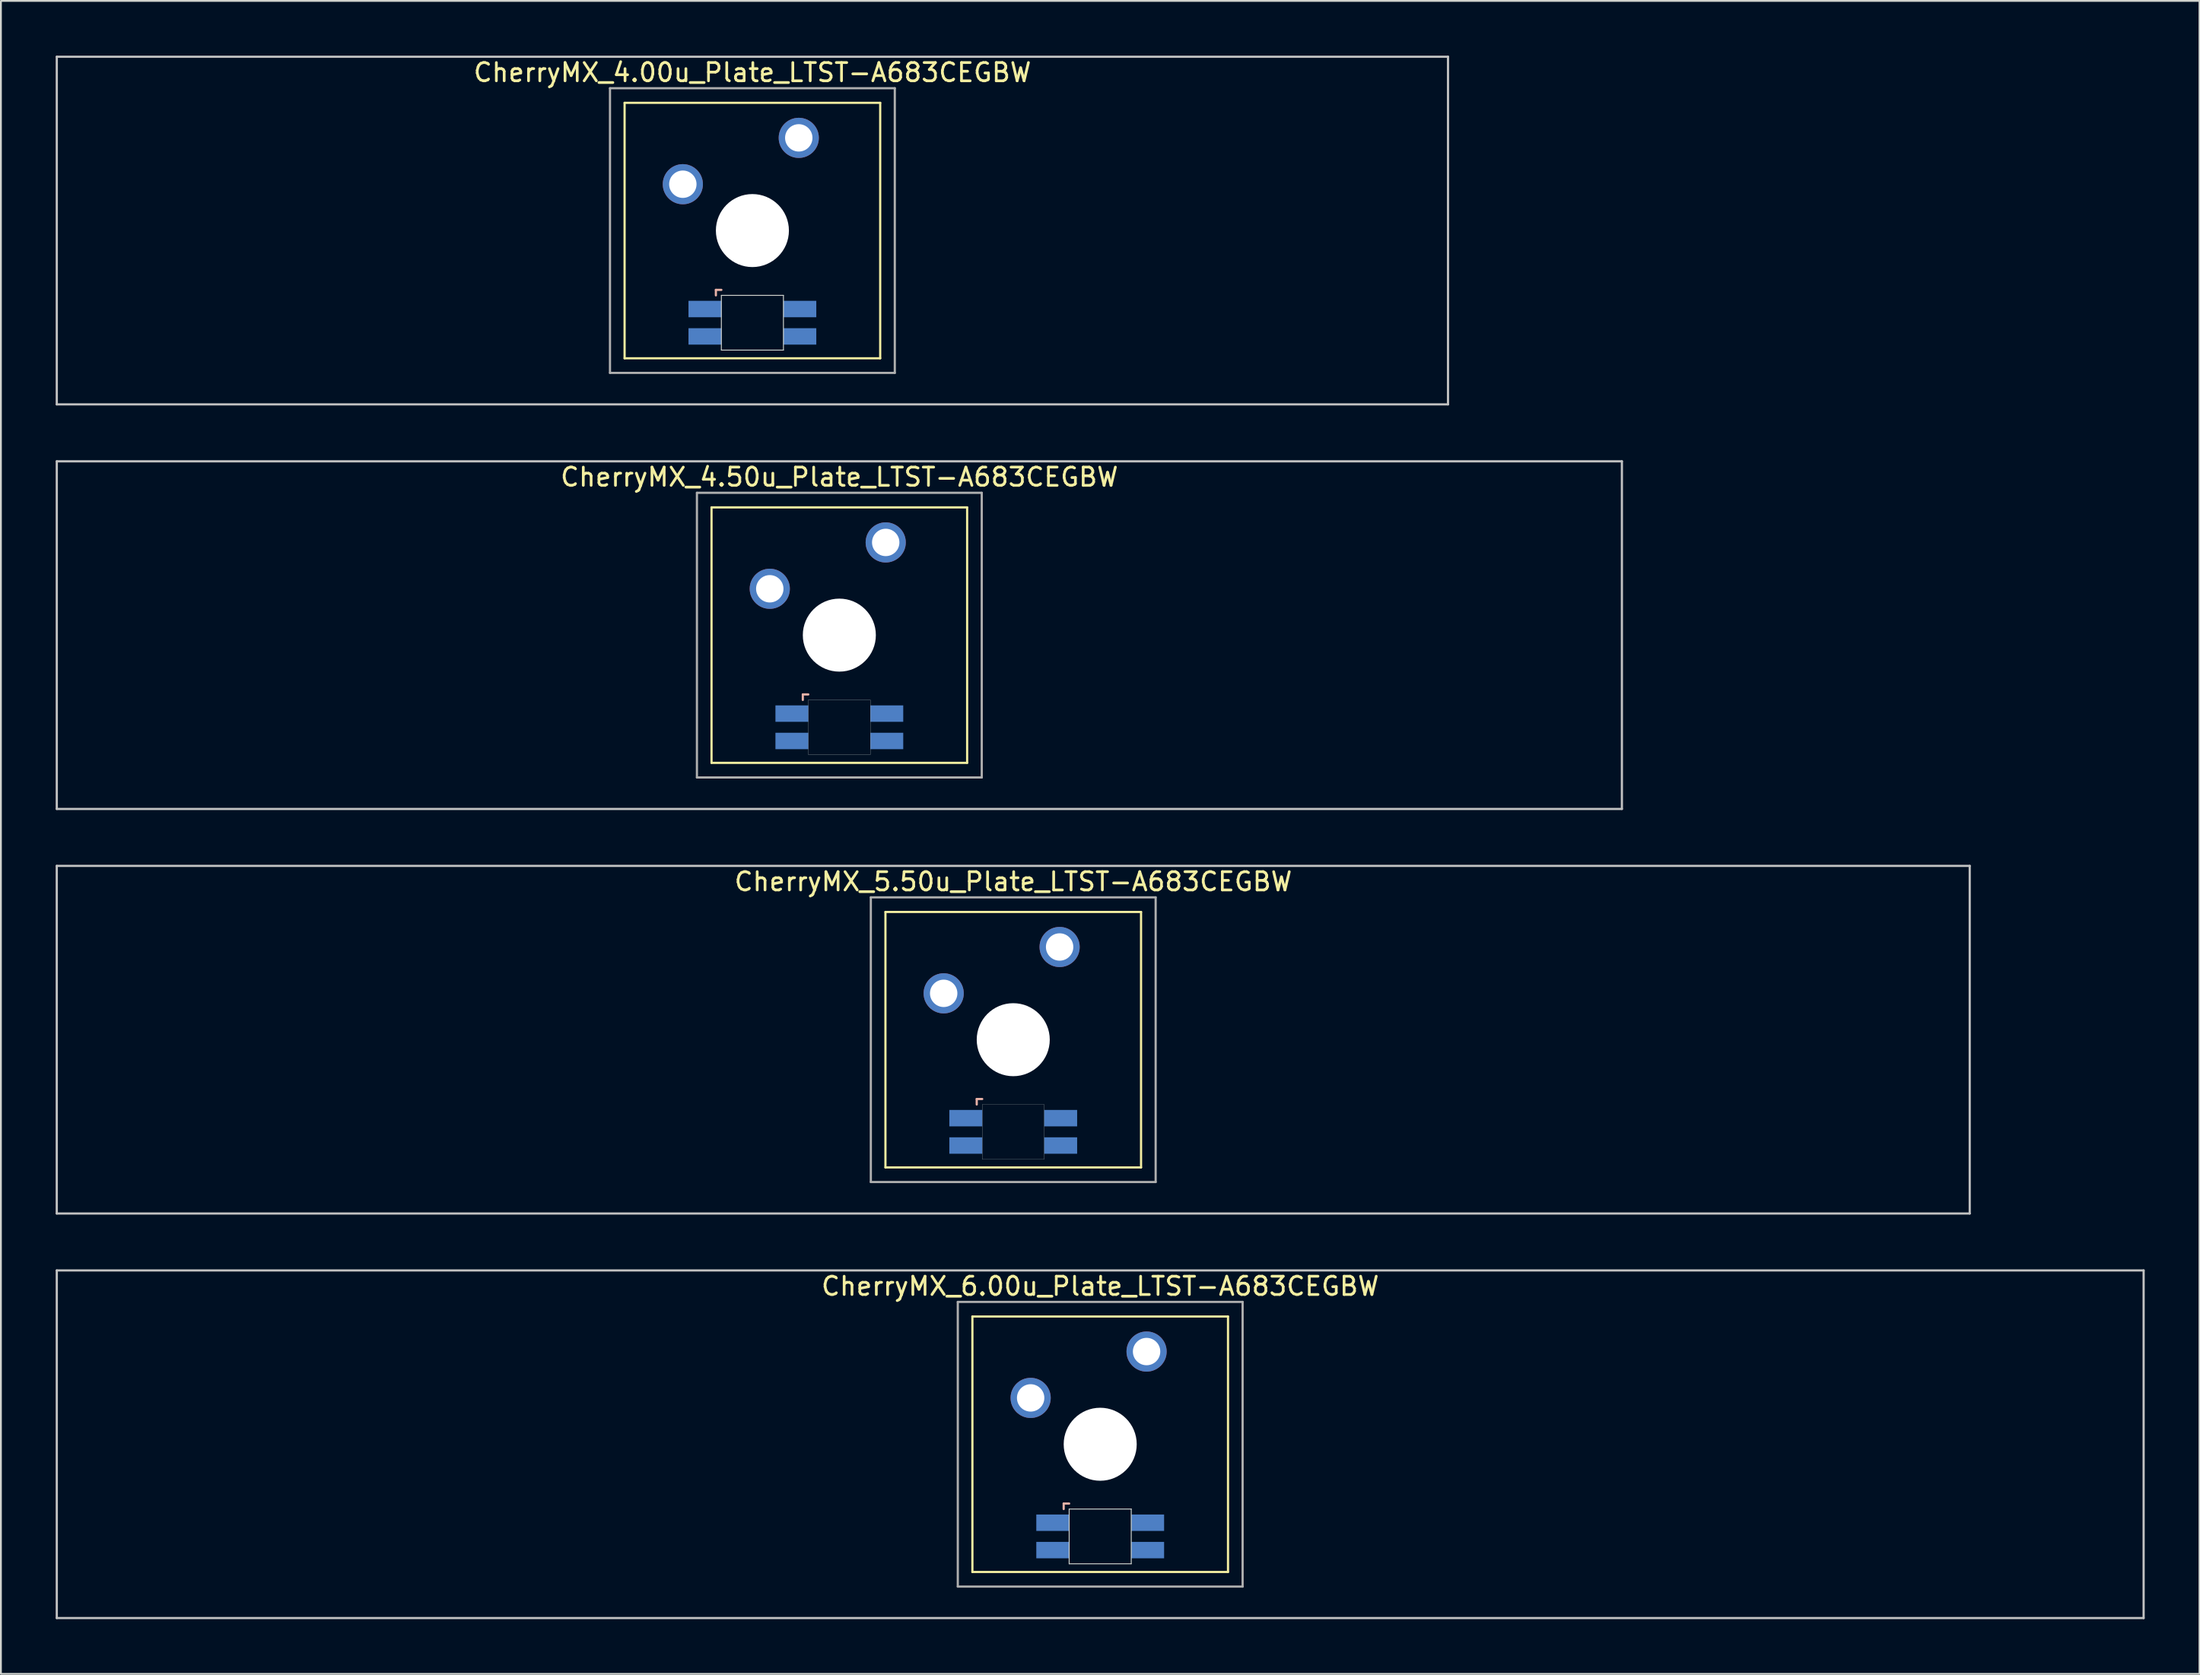
<source format=kicad_pcb>
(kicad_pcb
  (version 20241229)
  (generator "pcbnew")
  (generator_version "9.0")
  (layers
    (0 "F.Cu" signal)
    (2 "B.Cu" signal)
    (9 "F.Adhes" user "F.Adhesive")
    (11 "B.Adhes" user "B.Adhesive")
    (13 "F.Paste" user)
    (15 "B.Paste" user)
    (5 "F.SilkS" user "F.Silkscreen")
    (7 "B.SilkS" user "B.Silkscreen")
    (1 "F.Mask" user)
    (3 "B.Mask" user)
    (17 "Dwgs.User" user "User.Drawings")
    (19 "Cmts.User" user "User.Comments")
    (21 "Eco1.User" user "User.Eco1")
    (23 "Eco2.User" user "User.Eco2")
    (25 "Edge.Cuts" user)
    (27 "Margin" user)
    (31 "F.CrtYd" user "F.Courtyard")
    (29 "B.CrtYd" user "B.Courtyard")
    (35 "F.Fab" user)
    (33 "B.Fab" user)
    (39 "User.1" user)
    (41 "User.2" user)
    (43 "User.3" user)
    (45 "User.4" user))
  (footprint "CherryMX_4.50u_Plate_LTST-A683CEGBW"
    (layer "F.Cu")
    (at 42.922 31.755)
    (property "Reference" "CherryMX_4.50u_Plate_LTST-A683CEGBW" (at 0 -8.662 0) (layer "F.SilkS") (effects (font (size 1 1) (thickness 0.15))))
    (attr through_hole)
    (fp_line (start -7 -7) (end -7 7) (stroke (width 0.12) (type solid)) (layer "F.SilkS"))
    (fp_line (start -7 -7) (end 7 -7) (stroke (width 0.12) (type solid)) (layer "F.SilkS"))
    (fp_line (start 7 -7) (end 7 7) (stroke (width 0.12) (type solid)) (layer "F.SilkS"))
    (fp_line (start 7 7) (end -7 7) (stroke (width 0.12) (type solid)) (layer "F.SilkS"))
    (fp_line (start -2 3.25) (end -2 3.55) (stroke (width 0.12) (type solid)) (layer "B.SilkS"))
    (fp_line (start -1.7 3.25) (end -2 3.25) (stroke (width 0.12) (type solid)) (layer "B.SilkS"))
    (fp_line (start -42.862 -9.525) (end 42.862 -9.525) (stroke (width 0.12) (type solid)) (layer "Dwgs.User"))
    (fp_line (start -42.862 9.525) (end -42.862 -9.525) (stroke (width 0.12) (type solid)) (layer "Dwgs.User"))
    (fp_line (start 42.862 -9.525) (end 42.862 9.525) (stroke (width 0.12) (type solid)) (layer "Dwgs.User"))
    (fp_line (start 42.862 9.525) (end -42.862 9.525) (stroke (width 0.12) (type solid)) (layer "Dwgs.User"))
    (fp_poly (pts (xy 1.7 6.55) (xy -1.7 6.55) (xy -1.7 3.55) (xy 1.7 3.55)) (stroke (width 0.01) (type solid)) (fill no) (layer "Edge.Cuts"))
    (fp_line (start -7.8 -7.8) (end -7.8 7.8) (stroke (width 0.12) (type solid)) (layer "F.Fab"))
    (fp_line (start -7.8 -7.8) (end 7.8 -7.8) (stroke (width 0.12) (type solid)) (layer "F.Fab"))
    (fp_line (start -7.8 7.8) (end 7.8 7.8) (stroke (width 0.12) (type solid)) (layer "F.Fab"))
    (fp_line (start 7.8 -7.8) (end 7.8 7.8) (stroke (width 0.12) (type solid)) (layer "F.Fab"))
    (pad "" np_thru_hole circle (at 0 0) (size 4 4) (drill 4) (layers "*.Cu" "*.Mask"))
    (pad "1" thru_hole circle (at -3.81 -2.54) (size 2.2 2.2) (drill 1.5) (layers "*.Cu" "*.Mask"))
    (pad "2" thru_hole circle (at 2.54 -5.08) (size 2.2 2.2) (drill 1.5) (layers "*.Cu" "*.Mask"))
    (pad "3" smd rect (at -2.6 4.3) (size 1.8 0.9) (layers "B.Cu" "B.Mask" "B.Paste"))
    (pad "4" smd rect (at -2.6 5.8) (size 1.8 0.9) (layers "B.Cu" "B.Mask" "B.Paste"))
    (pad "5" smd rect (at 2.6 4.3) (size 1.8 0.9) (layers "B.Cu" "B.Mask" "B.Paste"))
    (pad "6" smd rect (at 2.6 5.8) (size 1.8 0.9) (layers "B.Cu" "B.Mask" "B.Paste")))
  (footprint "CherryMX_4.00u_Plate_LTST-A683CEGBW"
    (layer "F.Cu")
    (at 38.16 9.585)
    (property "Reference" "CherryMX_4.00u_Plate_LTST-A683CEGBW" (at 0 -8.662 0) (layer "F.SilkS") (effects (font (size 1 1) (thickness 0.15))))
    (attr through_hole)
    (fp_line (start -7 -7) (end -7 7) (stroke (width 0.12) (type solid)) (layer "F.SilkS"))
    (fp_line (start -7 -7) (end 7 -7) (stroke (width 0.12) (type solid)) (layer "F.SilkS"))
    (fp_line (start 7 -7) (end 7 7) (stroke (width 0.12) (type solid)) (layer "F.SilkS"))
    (fp_line (start 7 7) (end -7 7) (stroke (width 0.12) (type solid)) (layer "F.SilkS"))
    (fp_line (start -2 3.25) (end -2 3.55) (stroke (width 0.12) (type solid)) (layer "B.SilkS"))
    (fp_line (start -1.7 3.25) (end -2 3.25) (stroke (width 0.12) (type solid)) (layer "B.SilkS"))
    (fp_line (start -38.1 -9.525) (end 38.1 -9.525) (stroke (width 0.12) (type solid)) (layer "Dwgs.User"))
    (fp_line (start -38.1 9.525) (end -38.1 -9.525) (stroke (width 0.12) (type solid)) (layer "Dwgs.User"))
    (fp_line (start 38.1 -9.525) (end 38.1 9.525) (stroke (width 0.12) (type solid)) (layer "Dwgs.User"))
    (fp_line (start 38.1 9.525) (end -38.1 9.525) (stroke (width 0.12) (type solid)) (layer "Dwgs.User"))
    (fp_line (start -1.7 3.55) (end 1.7 3.55) (stroke (width 0.05) (type solid)) (layer "Edge.Cuts"))
    (fp_line (start -1.7 6.55) (end -1.7 3.55) (stroke (width 0.05) (type solid)) (layer "Edge.Cuts"))
    (fp_line (start 1.7 3.55) (end 1.7 6.55) (stroke (width 0.05) (type solid)) (layer "Edge.Cuts"))
    (fp_line (start 1.7 6.55) (end -1.7 6.55) (stroke (width 0.05) (type solid)) (layer "Edge.Cuts"))
    (fp_line (start -7.8 -7.8) (end -7.8 7.8) (stroke (width 0.12) (type solid)) (layer "F.Fab"))
    (fp_line (start -7.8 -7.8) (end 7.8 -7.8) (stroke (width 0.12) (type solid)) (layer "F.Fab"))
    (fp_line (start -7.8 7.8) (end 7.8 7.8) (stroke (width 0.12) (type solid)) (layer "F.Fab"))
    (fp_line (start 7.8 -7.8) (end 7.8 7.8) (stroke (width 0.12) (type solid)) (layer "F.Fab"))
    (pad "" np_thru_hole circle (at 0 0) (size 4 4) (drill 4) (layers "*.Cu" "*.Mask"))
    (pad "1" thru_hole circle (at -3.81 -2.54) (size 2.2 2.2) (drill 1.5) (layers "*.Cu" "*.Mask"))
    (pad "2" thru_hole circle (at 2.54 -5.08) (size 2.2 2.2) (drill 1.5) (layers "*.Cu" "*.Mask"))
    (pad "3" smd rect (at -2.6 4.3) (size 1.8 0.9) (layers "B.Cu" "B.Mask" "B.Paste"))
    (pad "4" smd rect (at -2.6 5.8) (size 1.8 0.9) (layers "B.Cu" "B.Mask" "B.Paste"))
    (pad "5" smd rect (at 2.6 4.3) (size 1.8 0.9) (layers "B.Cu" "B.Mask" "B.Paste"))
    (pad "6" smd rect (at 2.6 5.8) (size 1.8 0.9) (layers "B.Cu" "B.Mask" "B.Paste")))
  (footprint "CherryMX_6.00u_Plate_LTST-A683CEGBW"
    (layer "F.Cu")
    (at 57.21 76.095)
    (property "Reference" "CherryMX_6.00u_Plate_LTST-A683CEGBW" (at 0 -8.662 0) (layer "F.SilkS") (effects (font (size 1 1) (thickness 0.15))))
    (attr through_hole)
    (fp_line (start -7 -7) (end -7 7) (stroke (width 0.12) (type solid)) (layer "F.SilkS"))
    (fp_line (start -7 -7) (end 7 -7) (stroke (width 0.12) (type solid)) (layer "F.SilkS"))
    (fp_line (start 7 -7) (end 7 7) (stroke (width 0.12) (type solid)) (layer "F.SilkS"))
    (fp_line (start 7 7) (end -7 7) (stroke (width 0.12) (type solid)) (layer "F.SilkS"))
    (fp_line (start -2 3.25) (end -2 3.55) (stroke (width 0.12) (type solid)) (layer "B.SilkS"))
    (fp_line (start -1.7 3.25) (end -2 3.25) (stroke (width 0.12) (type solid)) (layer "B.SilkS"))
    (fp_line (start -57.15 -9.525) (end 57.15 -9.525) (stroke (width 0.12) (type solid)) (layer "Dwgs.User"))
    (fp_line (start -57.15 9.525) (end -57.15 -9.525) (stroke (width 0.12) (type solid)) (layer "Dwgs.User"))
    (fp_line (start 57.15 -9.525) (end 57.15 9.525) (stroke (width 0.12) (type solid)) (layer "Dwgs.User"))
    (fp_line (start 57.15 9.525) (end -57.15 9.525) (stroke (width 0.12) (type solid)) (layer "Dwgs.User"))
    (fp_line (start -1.7 3.55) (end 1.7 3.55) (stroke (width 0.05) (type solid)) (layer "Edge.Cuts"))
    (fp_line (start -1.7 6.55) (end -1.7 3.55) (stroke (width 0.05) (type solid)) (layer "Edge.Cuts"))
    (fp_line (start 1.7 3.55) (end 1.7 6.55) (stroke (width 0.05) (type solid)) (layer "Edge.Cuts"))
    (fp_line (start 1.7 6.55) (end -1.7 6.55) (stroke (width 0.05) (type solid)) (layer "Edge.Cuts"))
    (fp_line (start -7.8 -7.8) (end -7.8 7.8) (stroke (width 0.12) (type solid)) (layer "F.Fab"))
    (fp_line (start -7.8 -7.8) (end 7.8 -7.8) (stroke (width 0.12) (type solid)) (layer "F.Fab"))
    (fp_line (start -7.8 7.8) (end 7.8 7.8) (stroke (width 0.12) (type solid)) (layer "F.Fab"))
    (fp_line (start 7.8 -7.8) (end 7.8 7.8) (stroke (width 0.12) (type solid)) (layer "F.Fab"))
    (pad "" np_thru_hole circle (at 0 0) (size 4 4) (drill 4) (layers "*.Cu" "*.Mask"))
    (pad "1" thru_hole circle (at -3.81 -2.54) (size 2.2 2.2) (drill 1.5) (layers "*.Cu" "*.Mask"))
    (pad "2" thru_hole circle (at 2.54 -5.08) (size 2.2 2.2) (drill 1.5) (layers "*.Cu" "*.Mask"))
    (pad "3" smd rect (at -2.6 4.3) (size 1.8 0.9) (layers "B.Cu" "B.Mask" "B.Paste"))
    (pad "4" smd rect (at -2.6 5.8) (size 1.8 0.9) (layers "B.Cu" "B.Mask" "B.Paste"))
    (pad "5" smd rect (at 2.6 4.3) (size 1.8 0.9) (layers "B.Cu" "B.Mask" "B.Paste"))
    (pad "6" smd rect (at 2.6 5.8) (size 1.8 0.9) (layers "B.Cu" "B.Mask" "B.Paste")))
  (footprint "CherryMX_5.50u_Plate_LTST-A683CEGBW"
    (layer "F.Cu")
    (at 52.447 53.925)
    (property "Reference" "CherryMX_5.50u_Plate_LTST-A683CEGBW" (at 0 -8.662 0) (layer "F.SilkS") (effects (font (size 1 1) (thickness 0.15))))
    (attr through_hole)
    (fp_line (start -7 -7) (end -7 7) (stroke (width 0.12) (type solid)) (layer "F.SilkS"))
    (fp_line (start -7 -7) (end 7 -7) (stroke (width 0.12) (type solid)) (layer "F.SilkS"))
    (fp_line (start 7 -7) (end 7 7) (stroke (width 0.12) (type solid)) (layer "F.SilkS"))
    (fp_line (start 7 7) (end -7 7) (stroke (width 0.12) (type solid)) (layer "F.SilkS"))
    (fp_line (start -2 3.25) (end -2 3.55) (stroke (width 0.12) (type solid)) (layer "B.SilkS"))
    (fp_line (start -1.7 3.25) (end -2 3.25) (stroke (width 0.12) (type solid)) (layer "B.SilkS"))
    (fp_line (start -52.388 -9.525) (end 52.388 -9.525) (stroke (width 0.12) (type solid)) (layer "Dwgs.User"))
    (fp_line (start -52.388 9.525) (end -52.388 -9.525) (stroke (width 0.12) (type solid)) (layer "Dwgs.User"))
    (fp_line (start 52.388 -9.525) (end 52.388 9.525) (stroke (width 0.12) (type solid)) (layer "Dwgs.User"))
    (fp_line (start 52.388 9.525) (end -52.388 9.525) (stroke (width 0.12) (type solid)) (layer "Dwgs.User"))
    (fp_poly (pts (xy 1.7 6.55) (xy -1.7 6.55) (xy -1.7 3.55) (xy 1.7 3.55)) (stroke (width 0.01) (type solid)) (fill no) (layer "Edge.Cuts"))
    (fp_line (start -7.8 -7.8) (end -7.8 7.8) (stroke (width 0.12) (type solid)) (layer "F.Fab"))
    (fp_line (start -7.8 -7.8) (end 7.8 -7.8) (stroke (width 0.12) (type solid)) (layer "F.Fab"))
    (fp_line (start -7.8 7.8) (end 7.8 7.8) (stroke (width 0.12) (type solid)) (layer "F.Fab"))
    (fp_line (start 7.8 -7.8) (end 7.8 7.8) (stroke (width 0.12) (type solid)) (layer "F.Fab"))
    (pad "" np_thru_hole circle (at 0 0) (size 4 4) (drill 4) (layers "*.Cu" "*.Mask"))
    (pad "1" thru_hole circle (at -3.81 -2.54) (size 2.2 2.2) (drill 1.5) (layers "*.Cu" "*.Mask"))
    (pad "2" thru_hole circle (at 2.54 -5.08) (size 2.2 2.2) (drill 1.5) (layers "*.Cu" "*.Mask"))
    (pad "3" smd rect (at -2.6 4.3) (size 1.8 0.9) (layers "B.Cu" "B.Mask" "B.Paste"))
    (pad "4" smd rect (at -2.6 5.8) (size 1.8 0.9) (layers "B.Cu" "B.Mask" "B.Paste"))
    (pad "5" smd rect (at 2.6 4.3) (size 1.8 0.9) (layers "B.Cu" "B.Mask" "B.Paste"))
    (pad "6" smd rect (at 2.6 5.8) (size 1.8 0.9) (layers "B.Cu" "B.Mask" "B.Paste")))
  (gr_rect
    (start -3 -3)
    (end 117.42 88.68)
    (stroke (width 0.1) (type default))
    (fill no)
    (layer "Edge.Cuts")))
</source>
